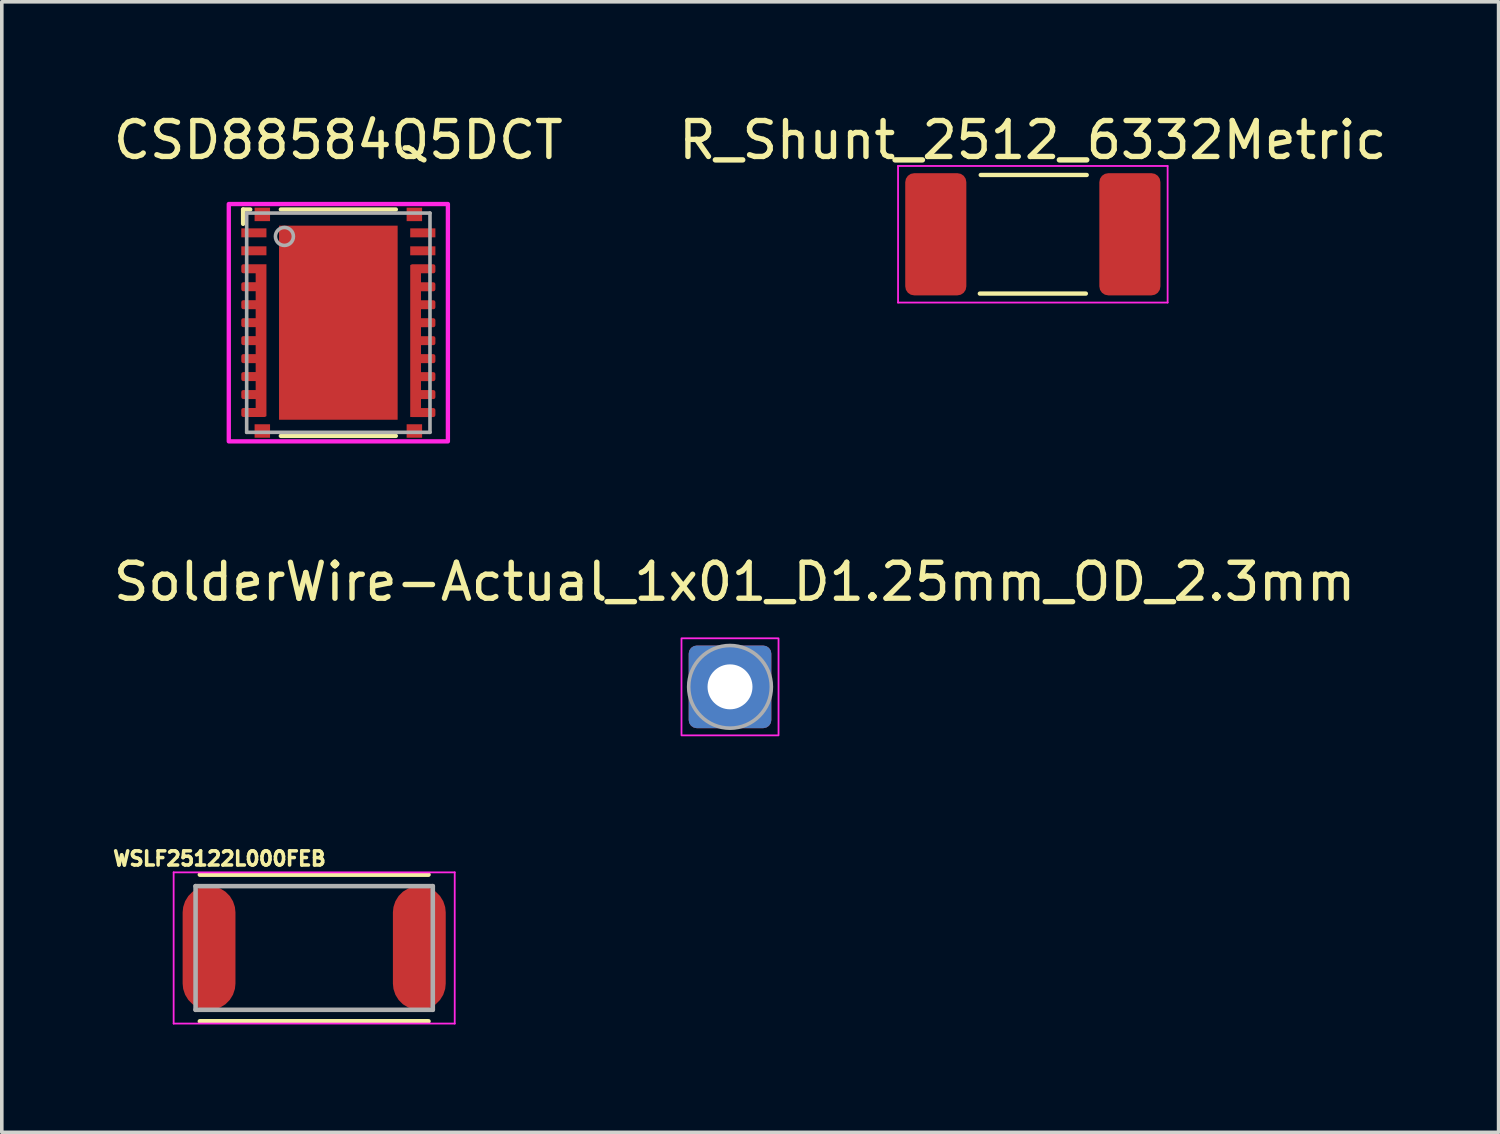
<source format=kicad_pcb>
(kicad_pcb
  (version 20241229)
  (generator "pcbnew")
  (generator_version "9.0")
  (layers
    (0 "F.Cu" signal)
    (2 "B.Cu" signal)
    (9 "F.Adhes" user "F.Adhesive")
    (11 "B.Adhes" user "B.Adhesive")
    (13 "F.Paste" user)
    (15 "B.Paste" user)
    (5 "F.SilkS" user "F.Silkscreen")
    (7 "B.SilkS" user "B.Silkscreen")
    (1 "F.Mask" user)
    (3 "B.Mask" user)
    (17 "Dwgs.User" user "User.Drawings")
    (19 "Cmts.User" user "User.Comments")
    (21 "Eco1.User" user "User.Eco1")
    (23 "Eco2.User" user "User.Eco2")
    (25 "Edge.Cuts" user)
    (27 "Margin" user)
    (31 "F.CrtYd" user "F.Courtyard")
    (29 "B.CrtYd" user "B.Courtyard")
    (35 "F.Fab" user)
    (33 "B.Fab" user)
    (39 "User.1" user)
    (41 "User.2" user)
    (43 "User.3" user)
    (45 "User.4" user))
  (footprint "SolderWire-Actual_1x01_D1.25mm_OD_2.3mm"
    (layer "F.Cu")
    (at 17.26 16.059)
    (property "Reference" "SolderWire-Actual_1x01_D1.25mm_OD_2.3mm" (at 0.127 -2.921 0) (layer "F.SilkS") (effects (font (size 1 1) (thickness 0.15))))
    (attr exclude_from_pos_files exclude_from_bom)
    (fp_rect (start -1.35 -1.35) (end 1.35 1.35) (stroke (width 0.05) (type solid)) (fill no) (layer "F.CrtYd"))
    (fp_circle (center 0 0) (end 1.15 0) (stroke (width 0.1) (type solid)) (fill no) (layer "F.Fab"))
    (pad "1" thru_hole roundrect (at 0 0) (size 2.3 2.3) (drill 1.25) (layers "*.Cu" "*.Mask") (roundrect_rratio 0.098)))
  (footprint "CSD88584Q5DCT"
    (layer "F.Cu")
    (at 6.363 5.928)
    (property "Reference" "CSD88584Q5DCT" (at 0 -5.08 0) (layer "F.SilkS") (effects (font (size 1 1) (thickness 0.15))))
    (attr smd)
    (fp_line (start -2.65 -3.15) (end -2.45 -3.15) (stroke (width 0.12) (type solid)) (layer "F.SilkS"))
    (fp_line (start -2.65 -2.75) (end -2.65 -3.15) (stroke (width 0.12) (type solid)) (layer "F.SilkS"))
    (fp_line (start -1.6 -3.15) (end 1.6 -3.15) (stroke (width 0.12) (type solid)) (layer "F.SilkS"))
    (fp_line (start -1.6 3.15) (end 1.6 3.15) (stroke (width 0.12) (type solid)) (layer "F.SilkS"))
    (fp_poly (pts (xy -1.51 -1.47) (xy -1.51 -2.49) (xy -1.509 -2.499) (xy -1.506 -2.509) (xy -1.502 -2.518) (xy -1.495 -2.525) (xy -1.488 -2.532) (xy -1.479 -2.536) (xy -1.469 -2.539) (xy -1.46 -2.54) (xy -0.15 -2.54) (xy -0.141 -2.539) (xy -0.131 -2.536) (xy -0.122 -2.532) (xy -0.115 -2.525) (xy -0.108 -2.518) (xy -0.104 -2.509) (xy -0.101 -2.499) (xy -0.1 -2.49) (xy -0.1 -1.47) (xy -0.101 -1.461) (xy -0.104 -1.451) (xy -0.108 -1.442) (xy -0.115 -1.435) (xy -0.122 -1.428) (xy -0.131 -1.424) (xy -0.141 -1.421) (xy -0.15 -1.42) (xy -1.46 -1.42) (xy -1.469 -1.421) (xy -1.479 -1.424) (xy -1.488 -1.428) (xy -1.495 -1.435) (xy -1.502 -1.442) (xy -1.506 -1.451) (xy -1.509 -1.461)) (stroke (width 0.1) (type solid)) (fill yes) (layer "F.Paste"))
    (fp_poly (pts (xy -1.51 -0.15) (xy -1.51 -1.17) (xy -1.509 -1.179) (xy -1.506 -1.189) (xy -1.502 -1.198) (xy -1.495 -1.205) (xy -1.488 -1.212) (xy -1.479 -1.216) (xy -1.469 -1.219) (xy -1.46 -1.22) (xy -0.15 -1.22) (xy -0.141 -1.219) (xy -0.131 -1.216) (xy -0.122 -1.212) (xy -0.115 -1.205) (xy -0.108 -1.198) (xy -0.104 -1.189) (xy -0.101 -1.179) (xy -0.1 -1.17) (xy -0.1 -0.15) (xy -0.101 -0.141) (xy -0.104 -0.131) (xy -0.108 -0.122) (xy -0.115 -0.115) (xy -0.122 -0.108) (xy -0.131 -0.104) (xy -0.141 -0.101) (xy -0.15 -0.1) (xy -1.46 -0.1) (xy -1.469 -0.101) (xy -1.479 -0.104) (xy -1.488 -0.108) (xy -1.495 -0.115) (xy -1.502 -0.122) (xy -1.506 -0.131) (xy -1.509 -0.141)) (stroke (width 0.1) (type solid)) (fill yes) (layer "F.Paste"))
    (fp_poly (pts (xy -1.51 1.17) (xy -1.51 0.15) (xy -1.509 0.141) (xy -1.506 0.131) (xy -1.502 0.122) (xy -1.495 0.115) (xy -1.488 0.108) (xy -1.479 0.104) (xy -1.469 0.101) (xy -1.46 0.1) (xy -0.15 0.1) (xy -0.141 0.101) (xy -0.131 0.104) (xy -0.122 0.108) (xy -0.115 0.115) (xy -0.108 0.122) (xy -0.104 0.131) (xy -0.101 0.141) (xy -0.1 0.15) (xy -0.1 1.17) (xy -0.101 1.179) (xy -0.104 1.189) (xy -0.108 1.198) (xy -0.115 1.205) (xy -0.122 1.212) (xy -0.131 1.216) (xy -0.141 1.219) (xy -0.15 1.22) (xy -1.46 1.22) (xy -1.469 1.219) (xy -1.479 1.216) (xy -1.488 1.212) (xy -1.495 1.205) (xy -1.502 1.198) (xy -1.506 1.189) (xy -1.509 1.179)) (stroke (width 0.1) (type solid)) (fill yes) (layer "F.Paste"))
    (fp_poly (pts (xy -1.51 2.49) (xy -1.51 1.47) (xy -1.509 1.461) (xy -1.506 1.451) (xy -1.502 1.442) (xy -1.495 1.435) (xy -1.488 1.428) (xy -1.479 1.424) (xy -1.469 1.421) (xy -1.46 1.42) (xy -0.15 1.42) (xy -0.141 1.421) (xy -0.131 1.424) (xy -0.122 1.428) (xy -0.115 1.435) (xy -0.108 1.442) (xy -0.104 1.451) (xy -0.101 1.461) (xy -0.1 1.47) (xy -0.1 2.49) (xy -0.101 2.499) (xy -0.104 2.509) (xy -0.108 2.518) (xy -0.115 2.525) (xy -0.122 2.532) (xy -0.131 2.536) (xy -0.141 2.539) (xy -0.15 2.54) (xy -1.46 2.54) (xy -1.469 2.539) (xy -1.479 2.536) (xy -1.488 2.532) (xy -1.495 2.525) (xy -1.502 2.518) (xy -1.506 2.509) (xy -1.509 2.499)) (stroke (width 0.1) (type solid)) (fill yes) (layer "F.Paste"))
    (fp_poly (pts (xy 0.1 -1.47) (xy 0.1 -2.49) (xy 0.101 -2.499) (xy 0.104 -2.509) (xy 0.108 -2.518) (xy 0.115 -2.525) (xy 0.122 -2.532) (xy 0.131 -2.536) (xy 0.141 -2.539) (xy 0.15 -2.54) (xy 1.46 -2.54) (xy 1.469 -2.539) (xy 1.479 -2.536) (xy 1.488 -2.532) (xy 1.495 -2.525) (xy 1.502 -2.518) (xy 1.506 -2.509) (xy 1.509 -2.499) (xy 1.51 -2.49) (xy 1.51 -1.47) (xy 1.509 -1.461) (xy 1.506 -1.451) (xy 1.502 -1.442) (xy 1.495 -1.435) (xy 1.488 -1.428) (xy 1.479 -1.424) (xy 1.469 -1.421) (xy 1.46 -1.42) (xy 0.15 -1.42) (xy 0.141 -1.421) (xy 0.131 -1.424) (xy 0.122 -1.428) (xy 0.115 -1.435) (xy 0.108 -1.442) (xy 0.104 -1.451) (xy 0.101 -1.461)) (stroke (width 0.1) (type solid)) (fill yes) (layer "F.Paste"))
    (fp_poly (pts (xy 0.1 2.49) (xy 0.1 1.47) (xy 0.101 1.461) (xy 0.104 1.451) (xy 0.108 1.442) (xy 0.115 1.435) (xy 0.122 1.428) (xy 0.131 1.424) (xy 0.141 1.421) (xy 0.15 1.42) (xy 1.46 1.42) (xy 1.469 1.421) (xy 1.479 1.424) (xy 1.488 1.428) (xy 1.495 1.435) (xy 1.502 1.442) (xy 1.506 1.451) (xy 1.509 1.461) (xy 1.51 1.47) (xy 1.51 2.49) (xy 1.509 2.499) (xy 1.506 2.509) (xy 1.502 2.518) (xy 1.495 2.525) (xy 1.488 2.532) (xy 1.479 2.536) (xy 1.469 2.539) (xy 1.46 2.54) (xy 0.15 2.54) (xy 0.141 2.539) (xy 0.131 2.536) (xy 0.122 2.532) (xy 0.115 2.525) (xy 0.108 2.518) (xy 0.104 2.509) (xy 0.101 2.499)) (stroke (width 0.1) (type solid)) (fill yes) (layer "F.Paste"))
    (fp_poly (pts (xy 1.51 -1.17) (xy 1.51 -0.15) (xy 1.509 -0.141) (xy 1.506 -0.131) (xy 1.502 -0.122) (xy 1.495 -0.115) (xy 1.488 -0.108) (xy 1.479 -0.104) (xy 1.469 -0.101) (xy 1.46 -0.1) (xy 0.15 -0.1) (xy 0.141 -0.101) (xy 0.131 -0.104) (xy 0.122 -0.108) (xy 0.115 -0.115) (xy 0.108 -0.122) (xy 0.104 -0.131) (xy 0.101 -0.141) (xy 0.1 -0.15) (xy 0.1 -1.17) (xy 0.101 -1.179) (xy 0.104 -1.189) (xy 0.108 -1.198) (xy 0.115 -1.205) (xy 0.122 -1.212) (xy 0.131 -1.216) (xy 0.141 -1.219) (xy 0.15 -1.22) (xy 1.46 -1.22) (xy 1.469 -1.219) (xy 1.479 -1.216) (xy 1.488 -1.212) (xy 1.495 -1.205) (xy 1.502 -1.198) (xy 1.506 -1.189) (xy 1.509 -1.179)) (stroke (width 0.1) (type solid)) (fill yes) (layer "F.Paste"))
    (fp_poly (pts (xy 1.51 0.15) (xy 1.51 1.17) (xy 1.509 1.179) (xy 1.506 1.189) (xy 1.502 1.198) (xy 1.495 1.205) (xy 1.488 1.212) (xy 1.479 1.216) (xy 1.469 1.219) (xy 1.46 1.22) (xy 0.15 1.22) (xy 0.141 1.219) (xy 0.131 1.216) (xy 0.122 1.212) (xy 0.115 1.205) (xy 0.108 1.198) (xy 0.104 1.189) (xy 0.101 1.179) (xy 0.1 1.17) (xy 0.1 0.15) (xy 0.101 0.141) (xy 0.104 0.131) (xy 0.108 0.122) (xy 0.115 0.115) (xy 0.122 0.108) (xy 0.131 0.104) (xy 0.141 0.101) (xy 0.15 0.1) (xy 1.46 0.1) (xy 1.469 0.101) (xy 1.479 0.104) (xy 1.488 0.108) (xy 1.495 0.115) (xy 1.502 0.122) (xy 1.506 0.131) (xy 1.509 0.141)) (stroke (width 0.1) (type solid)) (fill yes) (layer "F.Paste"))
    (fp_rect (start -3.048 -3.302) (end 3.048 3.302) (stroke (width 0.12) (type solid)) (fill no) (layer "F.CrtYd"))
    (fp_line (start -2.55 -3.05) (end 2.55 -3.05) (stroke (width 0.1) (type solid)) (layer "F.Fab"))
    (fp_line (start -2.55 3.05) (end -2.55 -3.05) (stroke (width 0.1) (type solid)) (layer "F.Fab"))
    (fp_line (start -2.55 3.05) (end 2.55 3.05) (stroke (width 0.1) (type solid)) (layer "F.Fab"))
    (fp_line (start 2.55 3.05) (end 2.55 -3.05) (stroke (width 0.1) (type solid)) (layer "F.Fab"))
    (fp_circle (center -1.5 -2.4) (end -1.25 -2.4) (stroke (width 0.1) (type solid)) (fill no) (layer "F.Fab"))
    (pad "1" smd rect (at -2.35 -2.5) (size 0.7 0.25) (layers "F.Cu" "F.Mask" "F.Paste"))
    (pad "2" smd rect (at -2.35 -2) (size 0.7 0.25) (layers "F.Cu" "F.Mask" "F.Paste"))
    (pad "3" smd custom (at -2.15 0.489 180) (size 0.3 4.228) (layers "F.Cu" "F.Mask" "F.Paste") (options (anchor rect)) (primitives (gr_poly (pts (xy -0.1 -2.085) (xy 0.5 -2.085) (xy 0.5 -1.935) (xy -0.1 -1.935)) (width 0.1) (fill yes)) (gr_poly (pts (xy -0.1 -1.585) (xy 0.5 -1.585) (xy 0.5 -1.435) (xy -0.1 -1.435)) (width 0.1) (fill yes)) (gr_poly (pts (xy -0.1 -1.085) (xy 0.5 -1.085) (xy 0.5 -0.935) (xy -0.1 -0.935)) (width 0.1) (fill yes)) (gr_poly (pts (xy -0.1 -0.585) (xy 0.5 -0.585) (xy 0.5 -0.435) (xy -0.1 -0.435)) (width 0.1) (fill yes)) (gr_poly (pts (xy -0.1 -0.085) (xy 0.5 -0.085) (xy 0.5 0.065) (xy -0.1 0.065)) (width 0.1) (fill yes)) (gr_poly (pts (xy -0.1 0.415) (xy 0.5 0.415) (xy 0.5 0.565) (xy -0.1 0.565)) (width 0.1) (fill yes)) (gr_poly (pts (xy -0.1 0.915) (xy 0.5 0.915) (xy 0.5 1.065) (xy -0.1 1.065)) (width 0.1) (fill yes)) (gr_poly (pts (xy -0.1 1.415) (xy 0.5 1.415) (xy 0.5 1.565) (xy -0.1 1.565)) (width 0.1) (fill yes)) (gr_poly (pts (xy -0.1 1.915) (xy 0.5 1.915) (xy 0.5 2.065) (xy -0.1 2.065)) (width 0.1) (fill yes))))
    (pad "12" smd custom (at 2.15 0.51) (size 0.3 4.228) (layers "F.Cu" "F.Mask" "F.Paste") (options (anchor rect)) (primitives (gr_poly (pts (xy -0.1 -2.085) (xy 0.5 -2.085) (xy 0.5 -1.935) (xy -0.1 -1.935)) (width 0.1) (fill yes)) (gr_poly (pts (xy -0.1 -1.585) (xy 0.5 -1.585) (xy 0.5 -1.435) (xy -0.1 -1.435)) (width 0.1) (fill yes)) (gr_poly (pts (xy -0.1 -1.085) (xy 0.5 -1.085) (xy 0.5 -0.935) (xy -0.1 -0.935)) (width 0.1) (fill yes)) (gr_poly (pts (xy -0.1 -0.585) (xy 0.5 -0.585) (xy 0.5 -0.435) (xy -0.1 -0.435)) (width 0.1) (fill yes)) (gr_poly (pts (xy -0.1 -0.085) (xy 0.5 -0.085) (xy 0.5 0.065) (xy -0.1 0.065)) (width 0.1) (fill yes)) (gr_poly (pts (xy -0.1 0.415) (xy 0.5 0.415) (xy 0.5 0.565) (xy -0.1 0.565)) (width 0.1) (fill yes)) (gr_poly (pts (xy -0.1 0.915) (xy 0.5 0.915) (xy 0.5 1.065) (xy -0.1 1.065)) (width 0.1) (fill yes)) (gr_poly (pts (xy -0.1 1.415) (xy 0.5 1.415) (xy 0.5 1.565) (xy -0.1 1.565)) (width 0.1) (fill yes)) (gr_poly (pts (xy -0.1 1.915) (xy 0.5 1.915) (xy 0.5 2.065) (xy -0.1 2.065)) (width 0.1) (fill yes))))
    (pad "21" smd rect (at 2.35 -2) (size 0.7 0.25) (layers "F.Cu" "F.Mask" "F.Paste"))
    (pad "22" smd rect (at 2.35 -2.5) (size 0.7 0.25) (layers "F.Cu" "F.Mask" "F.Paste"))
    (pad "23" smd rect (at -2.115 -3.013) (size 0.43 0.375) (layers "F.Cu" "F.Mask" "F.Paste"))
    (pad "24" smd rect (at -2.115 3.013) (size 0.43 0.375) (layers "F.Cu" "F.Mask" "F.Paste"))
    (pad "25" smd rect (at 2.115 3.013) (size 0.43 0.375) (layers "F.Cu" "F.Mask" "F.Paste"))
    (pad "26" smd rect (at 2.115 -3.013) (size 0.43 0.375) (layers "F.Cu" "F.Mask" "F.Paste"))
    (pad "27" smd rect (at 0 0) (size 3.3 5.4) (layers "F.Cu" "F.Mask")))
  (footprint "R_Shunt_2512_6332Metric"
    (layer "F.Cu")
    (at 25.685 3.468)
    (property "Reference" "R_Shunt_2512_6332Metric" (at 0 -2.62 0) (layer "F.SilkS") (effects (font (size 1 1) (thickness 0.15))))
    (attr smd)
    (fp_line (start -1.475 1.65) (end 1.475 1.65) (stroke (width 0.12) (type solid)) (layer "F.SilkS"))
    (fp_line (start -1.45 -1.65) (end 1.5 -1.65) (stroke (width 0.12) (type solid)) (layer "F.SilkS"))
    (fp_line (start -3.75 -1.9) (end 3.75 -1.9) (stroke (width 0.05) (type solid)) (layer "F.CrtYd"))
    (fp_line (start -3.75 1.9) (end -3.75 -1.9) (stroke (width 0.05) (type solid)) (layer "F.CrtYd"))
    (fp_line (start 3.75 -1.9) (end 3.75 1.9) (stroke (width 0.05) (type solid)) (layer "F.CrtYd"))
    (fp_line (start 3.75 1.9) (end -3.75 1.9) (stroke (width 0.05) (type solid)) (layer "F.CrtYd"))
    (pad "1" smd roundrect (at -2.7 0) (size 1.7 3.4) (layers "F.Cu" "F.Mask" "F.Paste") (roundrect_rratio 0.147))
    (pad "2" smd roundrect (at 2.7 0) (size 1.7 3.4) (layers "F.Cu" "F.Mask" "F.Paste") (roundrect_rratio 0.147)))
  (footprint "WSLF25122L000FEB"
    (layer "F.Cu")
    (at 5.691 23.324)
    (property "Reference" "WSLF25122L000FEB" (at -2.635 -2.486 0) (layer "F.SilkS") (effects (font (size 0.394 0.394) (thickness 0.15))))
    (attr smd)
    (fp_line (start -3.18 -2.04) (end 3.18 -2.04) (stroke (width 0.127) (type solid)) (layer "F.SilkS"))
    (fp_line (start -3.18 2.04) (end 3.18 2.04) (stroke (width 0.127) (type solid)) (layer "F.SilkS"))
    (fp_line (start -3.91 -2.104) (end 3.91 -2.104) (stroke (width 0.05) (type solid)) (layer "F.CrtYd"))
    (fp_line (start -3.91 2.104) (end -3.91 -2.104) (stroke (width 0.05) (type solid)) (layer "F.CrtYd"))
    (fp_line (start 3.91 -2.104) (end 3.91 2.104) (stroke (width 0.05) (type solid)) (layer "F.CrtYd"))
    (fp_line (start 3.91 2.104) (end -3.91 2.104) (stroke (width 0.05) (type solid)) (layer "F.CrtYd"))
    (fp_line (start -3.3 -1.72) (end 3.3 -1.72) (stroke (width 0.127) (type solid)) (layer "F.Fab"))
    (fp_line (start -3.3 1.72) (end -3.3 -1.72) (stroke (width 0.127) (type solid)) (layer "F.Fab"))
    (fp_line (start 3.3 -1.72) (end 3.3 1.72) (stroke (width 0.127) (type solid)) (layer "F.Fab"))
    (fp_line (start 3.3 1.72) (end -3.3 1.72) (stroke (width 0.127) (type solid)) (layer "F.Fab"))
    (pad "1" smd roundrect (at -2.925 0) (size 1.47 3.45) (layers "F.Cu" "F.Mask" "F.Paste") (roundrect_rratio 0.5))
    (pad "2" smd roundrect (at 2.925 0) (size 1.47 3.45) (layers "F.Cu" "F.Mask" "F.Paste") (roundrect_rratio 0.5)))
  (gr_rect
    (start -3 -3)
    (end 38.643 28.453)
    (stroke (width 0.1) (type default))
    (fill no)
    (layer "Edge.Cuts")))
</source>
